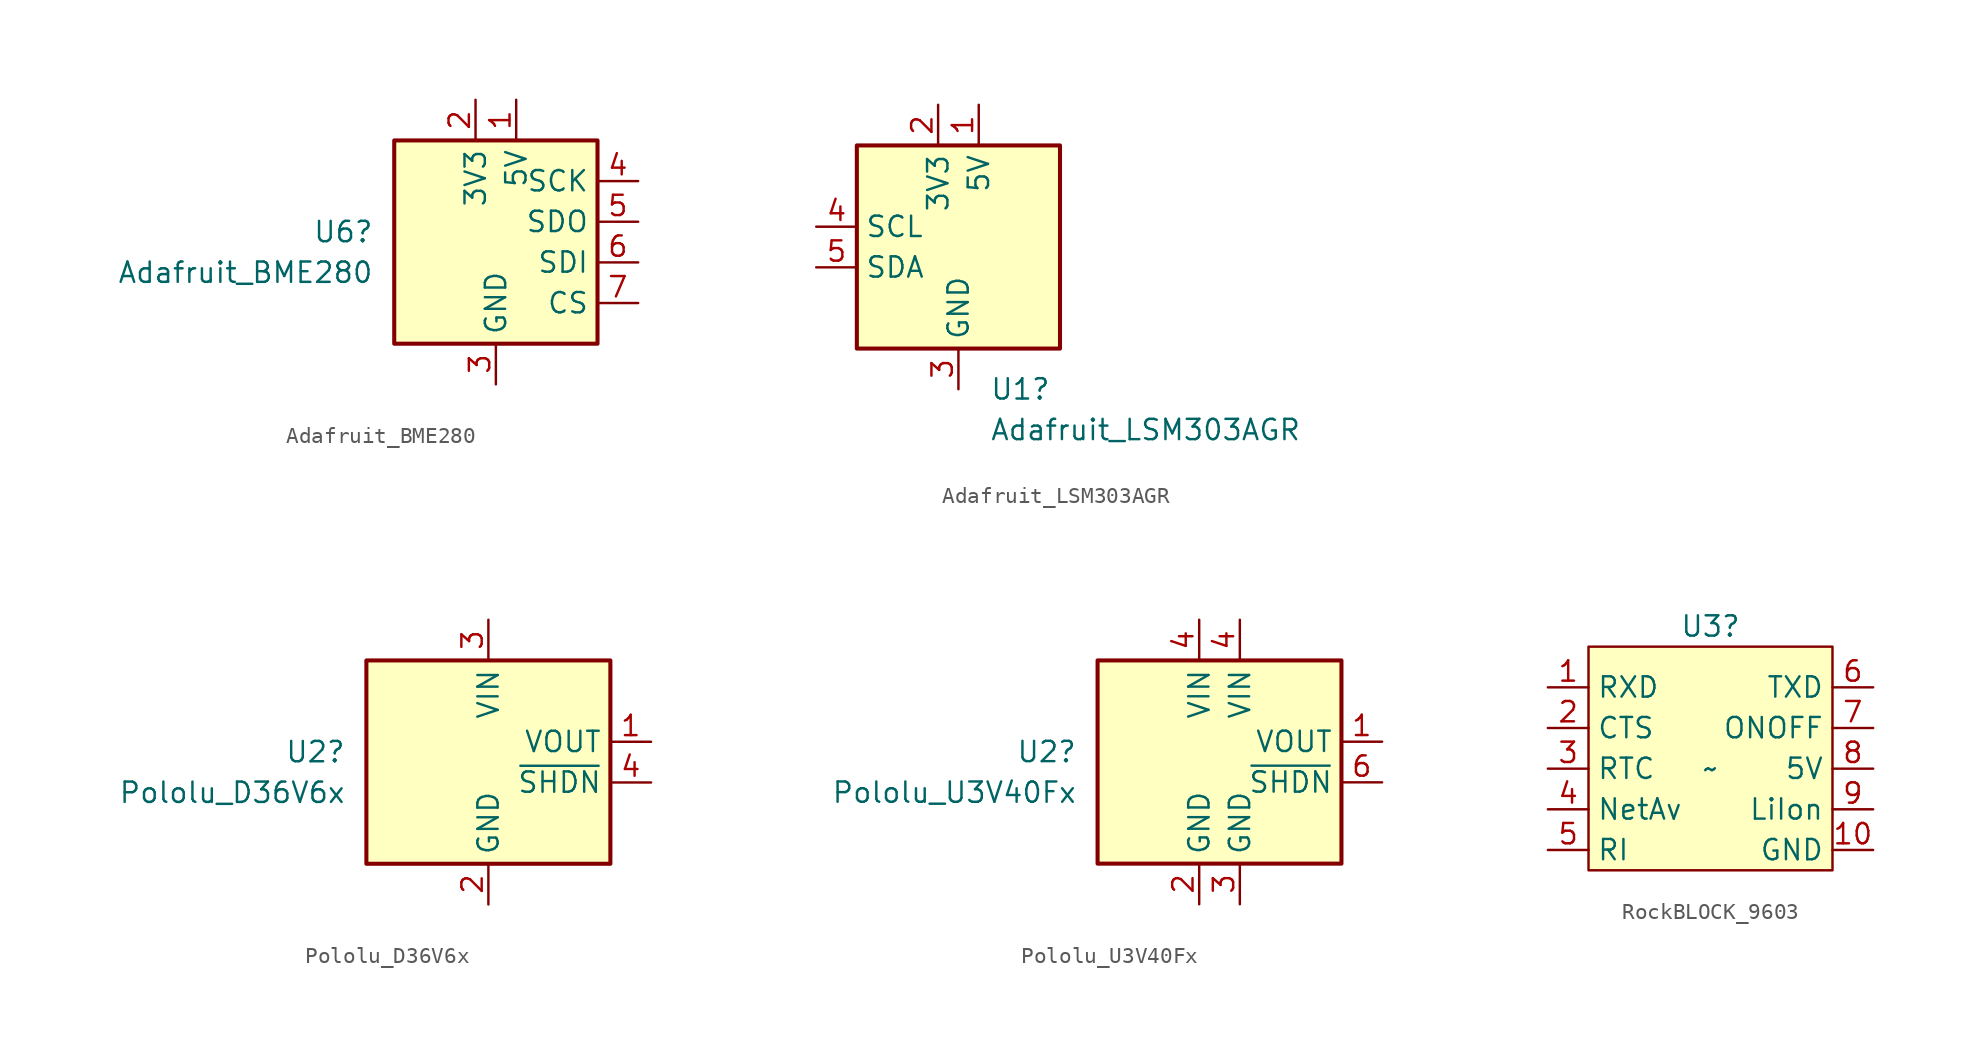
<source format=kicad_sym>
(kicad_symbol_lib
  (version 20220914)
  (generator kicad_symbol_editor)
  (symbol "Adafruit_BME280"
    (property "Reference" "U6"
      (at -7.62 0.635 0)
      (effects (font (size 1.27 1.27)) (justify right)))
    (property "Value" "Adafruit_BME280"
      (at -7.62 -1.905 0)
      (effects (font (size 1.27 1.27)) (justify right)))
    (symbol "Adafruit_BME280_0_1"
      (rectangle (start -6.35 6.35) (end 6.35 -6.35) (stroke (width 0.254) (type default)) (fill (type background))))
    (symbol "Adafruit_BME280_1_1"
      (pin power_in line (at 1.27 8.89 270) (length 2.54) (name "5V" (effects (font (size 1.27 1.27)))) (number "1" (effects (font (size 1.27 1.27)))))
      (pin power_in line (at -1.27 8.89 270) (length 2.54) (name "3V3" (effects (font (size 1.27 1.27)))) (number "2" (effects (font (size 1.27 1.27)))))
      (pin power_in line (at 0 -8.89 90) (length 2.54) (name "GND" (effects (font (size 1.27 1.27)))) (number "3" (effects (font (size 1.27 1.27)))))
      (pin input line (at 8.89 3.81 180) (length 2.54) (name "SCK" (effects (font (size 1.27 1.27)))) (number "4" (effects (font (size 1.27 1.27)))))
      (pin input line (at 8.89 1.27 180) (length 2.54) (name "SDO" (effects (font (size 1.27 1.27)))) (number "5" (effects (font (size 1.27 1.27)))))
      (pin input line (at 8.89 -1.27 180) (length 2.54) (name "SDI" (effects (font (size 1.27 1.27)))) (number "6" (effects (font (size 1.27 1.27)))))
      (pin input line (at 8.89 -3.81 180) (length 2.54) (name "CS" (effects (font (size 1.27 1.27)))) (number "7" (effects (font (size 1.27 1.27)))))))
  (symbol "Adafruit_LSM303AGR"
    (property "Reference" "U1"
      (at 1.956 -8.89 0)
      (effects (font (size 1.27 1.27)) (justify left)))
    (property "Value" "Adafruit_LSM303AGR"
      (at 1.956 -11.43 0)
      (effects (font (size 1.27 1.27)) (justify left)))
    (symbol "Adafruit_LSM303AGR_0_1"
      (rectangle (start -6.35 6.35) (end 6.35 -6.35) (stroke (width 0.254) (type default)) (fill (type background))))
    (symbol "Adafruit_LSM303AGR_1_1"
      (pin power_in line (at 1.27 8.89 270) (length 2.54) (name "5V" (effects (font (size 1.27 1.27)))) (number "1" (effects (font (size 1.27 1.27)))))
      (pin power_in line (at -1.27 8.89 270) (length 2.54) (name "3V3" (effects (font (size 1.27 1.27)))) (number "2" (effects (font (size 1.27 1.27)))))
      (pin power_in line (at 0 -8.89 90) (length 2.54) (name "GND" (effects (font (size 1.27 1.27)))) (number "3" (effects (font (size 1.27 1.27)))))
      (pin input line (at -8.89 1.27 0) (length 2.54) (name "SCL" (effects (font (size 1.27 1.27)))) (number "4" (effects (font (size 1.27 1.27)))))
      (pin input line (at -8.89 -1.27 0) (length 2.54) (name "SDA" (effects (font (size 1.27 1.27)))) (number "5" (effects (font (size 1.27 1.27)))))))
  (symbol "Pololu_D36V6x"
    (property "Reference" "U2"
      (at -8.89 -0.635 0)
      (effects (font (size 1.27 1.27)) (justify right)))
    (property "Value" "Pololu_D36V6x"
      (at -8.89 -3.175 0)
      (effects (font (size 1.27 1.27)) (justify right)))
    (symbol "Pololu_D36V6x_0_1"
      (rectangle (start -7.62 5.08) (end 7.62 -7.62) (stroke (width 0.254) (type default)) (fill (type background))))
    (symbol "Pololu_D36V6x_1_1"
      (pin power_out line (at 10.16 0 180) (length 2.54) (name "VOUT" (effects (font (size 1.27 1.27)))) (number "1" (effects (font (size 1.27 1.27)))))
      (pin power_in line (at 0 -10.16 90) (length 2.54) (name "GND" (effects (font (size 1.27 1.27)))) (number "2" (effects (font (size 1.27 1.27)))))
      (pin power_in line (at 0 7.62 270) (length 2.54) (name "VIN" (effects (font (size 1.27 1.27)))) (number "3" (effects (font (size 1.27 1.27)))))
      (pin input line (at 10.16 -2.54 180) (length 2.54) (name "~{SHDN}" (effects (font (size 1.27 1.27)))) (number "4" (effects (font (size 1.27 1.27)))))))
  (symbol "Pololu_U3V40Fx"
    (property "Reference" "U2"
      (at -8.89 -0.635 0)
      (effects (font (size 1.27 1.27)) (justify right)))
    (property "Value" "Pololu_U3V40Fx"
      (at -8.89 -3.175 0)
      (effects (font (size 1.27 1.27)) (justify right)))
    (symbol "Pololu_U3V40Fx_0_1"
      (rectangle (start -7.62 5.08) (end 7.62 -7.62) (stroke (width 0.254) (type default)) (fill (type background))))
    (symbol "Pololu_U3V40Fx_1_1"
      (pin power_out line (at 10.16 0 180) (length 2.54) (name "VOUT" (effects (font (size 1.27 1.27)))) (number "1" (effects (font (size 1.27 1.27)))))
      (pin power_in line (at -1.27 -10.16 90) (length 2.54) (name "GND" (effects (font (size 1.27 1.27)))) (number "2" (effects (font (size 1.27 1.27)))))
      (pin power_in line (at 1.27 -10.16 90) (length 2.54) (name "GND" (effects (font (size 1.27 1.27)))) (number "3" (effects (font (size 1.27 1.27)))))
      (pin power_in line (at -1.27 7.62 270) (length 2.54) (name "VIN" (effects (font (size 1.27 1.27)))) (number "4" (effects (font (size 1.27 1.27)))))
      (pin power_in line (at 1.27 7.62 270) (length 2.54) (name "VIN" (effects (font (size 1.27 1.27)))) (number "4" (effects (font (size 1.27 1.27)))))
      (pin input line (at 10.16 -2.54 180) (length 2.54) (name "~{SHDN}" (effects (font (size 1.27 1.27)))) (number "6" (effects (font (size 1.27 1.27)))))))
  (symbol "RockBLOCK_9603"
    (property "Reference" "U3"
      (at 0 8.89 0)
      (effects (font (size 1.27 1.27))))
    (property "Value" "~"
      (at 0 0 0)
      (effects (font (size 1.27 1.27))))
    (symbol "RockBLOCK_9603_0_1"
      (rectangle (start -7.62 7.62) (end 7.62 -6.35) (stroke (width 0) (type default)) (fill (type background))))
    (symbol "RockBLOCK_9603_1_1"
      (pin input line (at -10.16 5.08 0) (length 2.54) (name "RXD" (effects (font (size 1.27 1.27)))) (number "1" (effects (font (size 1.27 1.27)))))
      (pin input line (at 10.16 -5.08 180) (length 2.54) (name "GND" (effects (font (size 1.27 1.27)))) (number "10" (effects (font (size 1.27 1.27)))))
      (pin input line (at -10.16 2.54 0) (length 2.54) (name "CTS" (effects (font (size 1.27 1.27)))) (number "2" (effects (font (size 1.27 1.27)))))
      (pin input line (at -10.16 0 0) (length 2.54) (name "RTC" (effects (font (size 1.27 1.27)))) (number "3" (effects (font (size 1.27 1.27)))))
      (pin input line (at -10.16 -2.54 0) (length 2.54) (name "NetAv" (effects (font (size 1.27 1.27)))) (number "4" (effects (font (size 1.27 1.27)))))
      (pin input line (at -10.16 -5.08 0) (length 2.54) (name "RI" (effects (font (size 1.27 1.27)))) (number "5" (effects (font (size 1.27 1.27)))))
      (pin input line (at 10.16 5.08 180) (length 2.54) (name "TXD" (effects (font (size 1.27 1.27)))) (number "6" (effects (font (size 1.27 1.27)))))
      (pin input line (at 10.16 2.54 180) (length 2.54) (name "ONOFF" (effects (font (size 1.27 1.27)))) (number "7" (effects (font (size 1.27 1.27)))))
      (pin input line (at 10.16 0 180) (length 2.54) (name "5V" (effects (font (size 1.27 1.27)))) (number "8" (effects (font (size 1.27 1.27)))))
      (pin input line (at 10.16 -2.54 180) (length 2.54) (name "LiIon" (effects (font (size 1.27 1.27)))) (number "9" (effects (font (size 1.27 1.27))))))))
</source>
